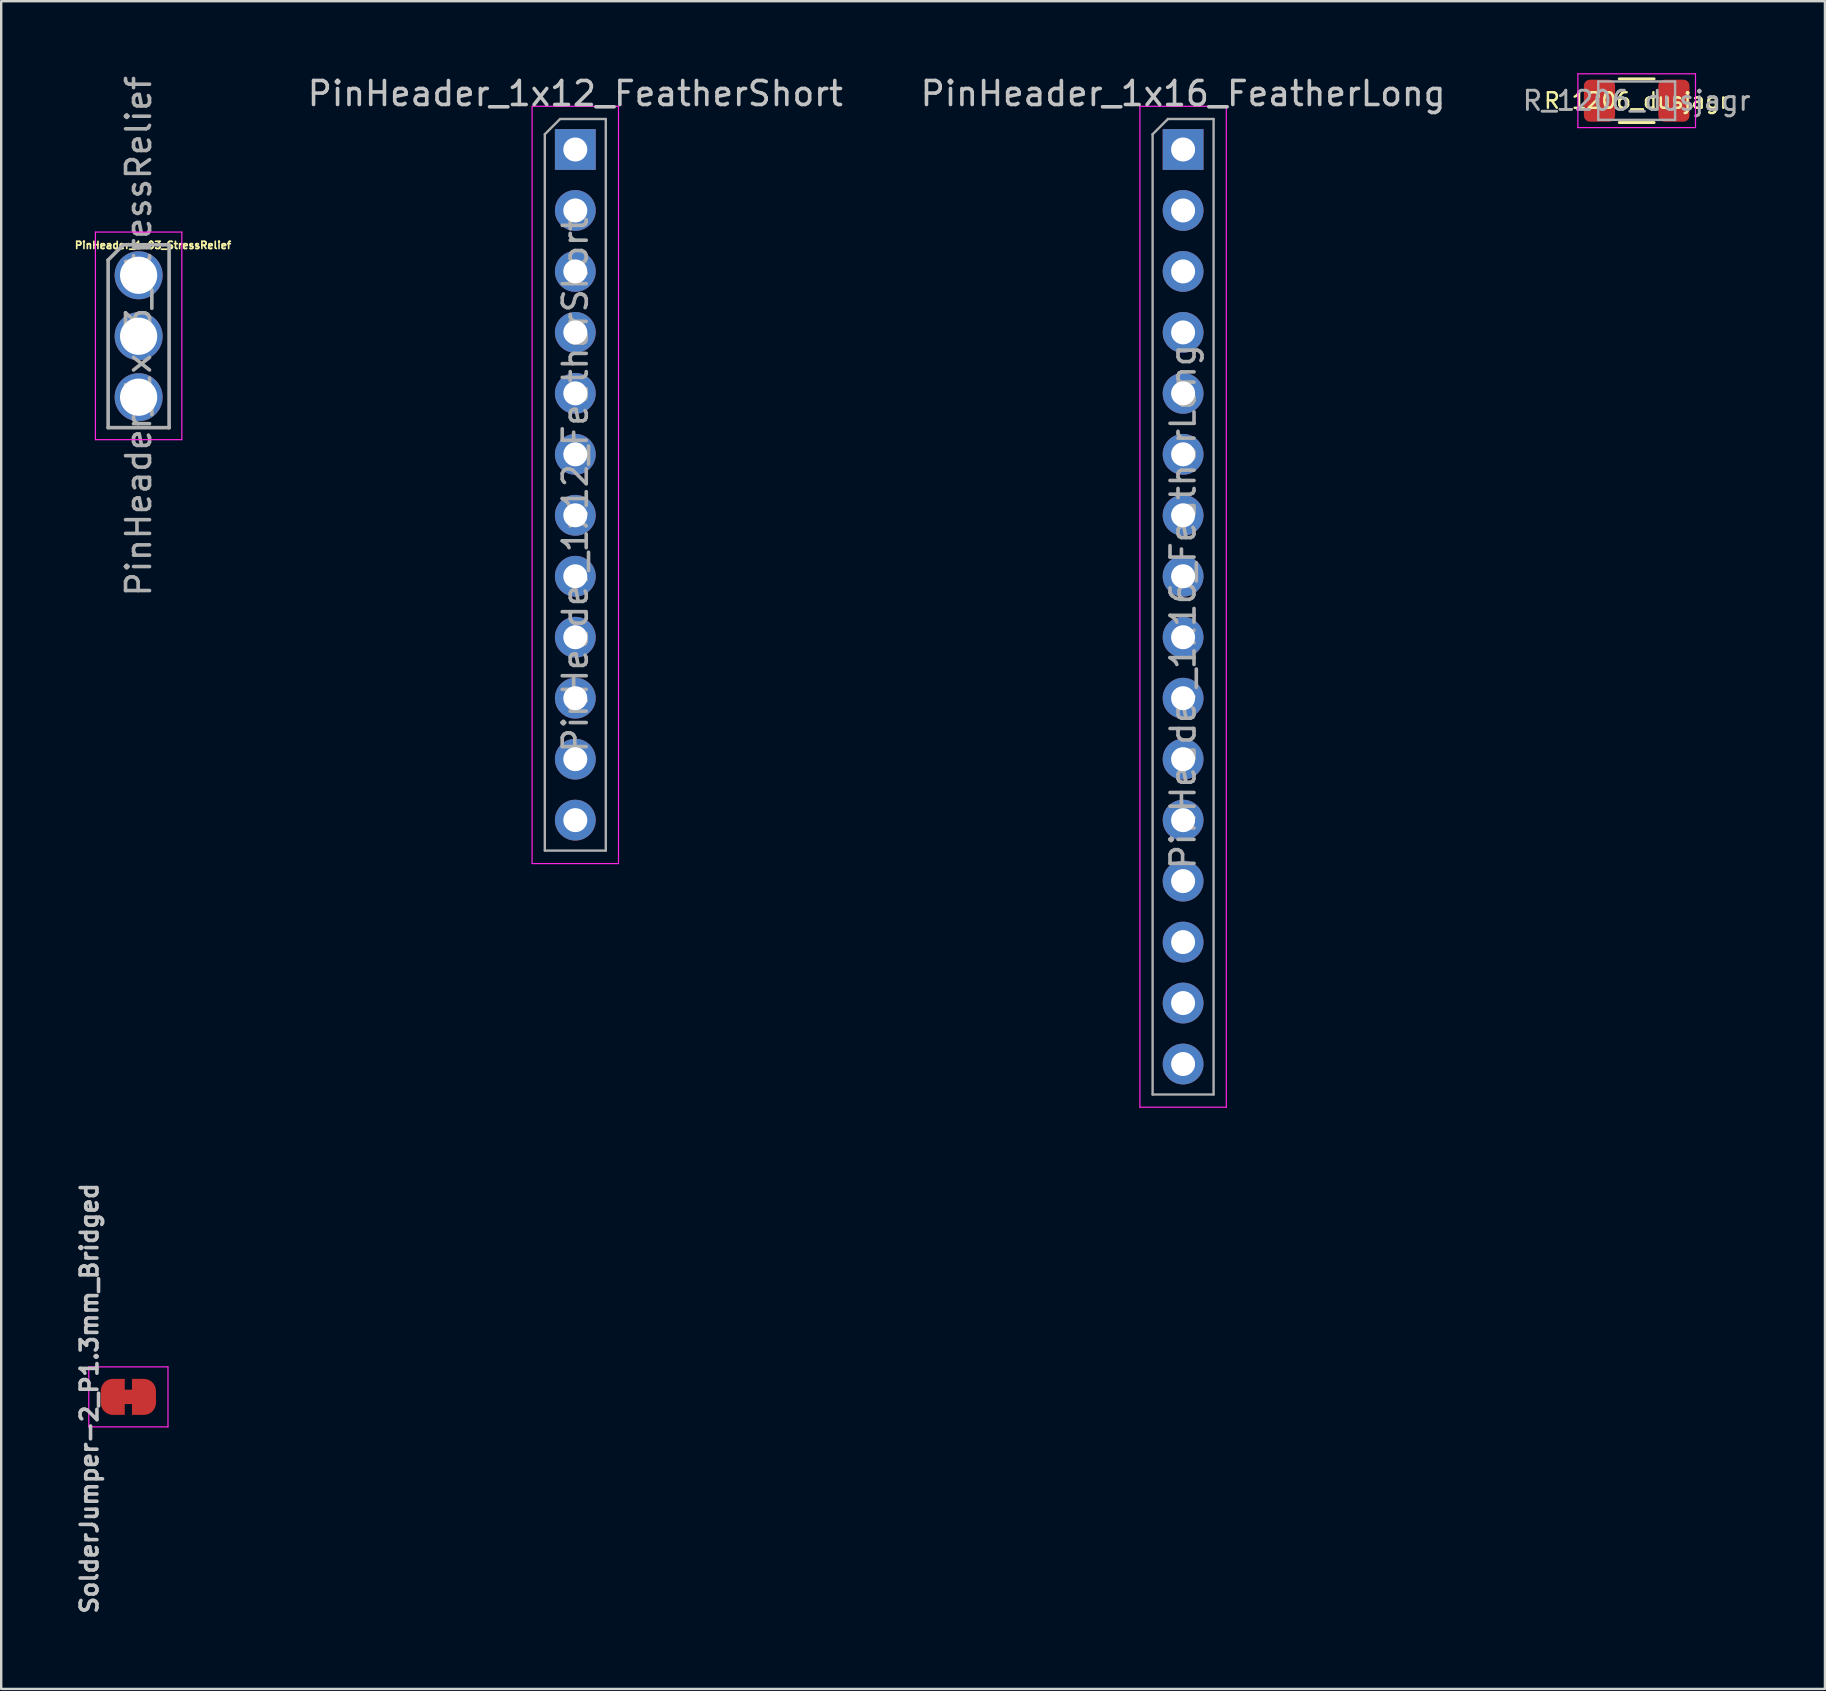
<source format=kicad_pcb>
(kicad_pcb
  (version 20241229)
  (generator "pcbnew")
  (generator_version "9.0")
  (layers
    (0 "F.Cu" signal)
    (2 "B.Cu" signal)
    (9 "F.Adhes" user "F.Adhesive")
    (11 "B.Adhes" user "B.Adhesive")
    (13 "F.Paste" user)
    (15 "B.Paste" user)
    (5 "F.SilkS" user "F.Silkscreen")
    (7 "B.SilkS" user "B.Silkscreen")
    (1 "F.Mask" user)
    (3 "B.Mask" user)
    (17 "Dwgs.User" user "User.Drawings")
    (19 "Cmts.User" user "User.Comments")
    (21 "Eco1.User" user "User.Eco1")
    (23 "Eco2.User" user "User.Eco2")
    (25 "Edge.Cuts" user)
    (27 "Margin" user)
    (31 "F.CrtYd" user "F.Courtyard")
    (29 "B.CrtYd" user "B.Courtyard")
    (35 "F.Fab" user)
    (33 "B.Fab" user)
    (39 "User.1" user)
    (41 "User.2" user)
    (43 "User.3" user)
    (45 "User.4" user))
  (footprint "PinHeader_1x16_FeatherLong"
    (layer "F.Cu")
    (at 46.239 3.178)
    (property "Reference" "PinHeader_1x16_FeatherLong" (at 0 -2.33 180) (layer "Dwgs.User") (effects (font (size 1 1) (thickness 0.15))))
    (attr through_hole)
    (fp_line (start -1.8 -1.8) (end -1.8 39.9) (stroke (width 0.05) (type solid)) (layer "F.CrtYd"))
    (fp_line (start -1.8 39.9) (end 1.8 39.9) (stroke (width 0.05) (type solid)) (layer "F.CrtYd"))
    (fp_line (start 1.8 -1.8) (end -1.8 -1.8) (stroke (width 0.05) (type solid)) (layer "F.CrtYd"))
    (fp_line (start 1.8 39.9) (end 1.8 -1.8) (stroke (width 0.05) (type solid)) (layer "F.CrtYd"))
    (fp_line (start -1.27 -0.635) (end -0.635 -1.27) (stroke (width 0.1) (type solid)) (layer "F.Fab"))
    (fp_line (start -1.27 39.37) (end -1.27 -0.635) (stroke (width 0.1) (type solid)) (layer "F.Fab"))
    (fp_line (start -0.635 -1.27) (end 1.27 -1.27) (stroke (width 0.1) (type solid)) (layer "F.Fab"))
    (fp_line (start 1.27 -1.27) (end 1.27 39.37) (stroke (width 0.1) (type solid)) (layer "F.Fab"))
    (fp_line (start 1.27 39.37) (end -1.27 39.37) (stroke (width 0.1) (type solid)) (layer "F.Fab"))
    (fp_text user "${REFERENCE}" (at 0 19.05 90) (layer "F.Fab") (effects (font (size 1 1) (thickness 0.15))))
    (pad "1" thru_hole rect (at 0 0) (size 1.7 1.7) (drill 1) (layers "*.Cu" "*.Mask"))
    (pad "2" thru_hole oval (at 0 2.54) (size 1.7 1.7) (drill 1) (layers "*.Cu" "*.Mask"))
    (pad "3" thru_hole oval (at 0 5.08) (size 1.7 1.7) (drill 1) (layers "*.Cu" "*.Mask"))
    (pad "4" thru_hole oval (at 0 7.62) (size 1.7 1.7) (drill 1) (layers "*.Cu" "*.Mask"))
    (pad "5" thru_hole oval (at 0 10.16) (size 1.7 1.7) (drill 1) (layers "*.Cu" "*.Mask"))
    (pad "6" thru_hole oval (at 0 12.7) (size 1.7 1.7) (drill 1) (layers "*.Cu" "*.Mask"))
    (pad "7" thru_hole oval (at 0 15.24) (size 1.7 1.7) (drill 1) (layers "*.Cu" "*.Mask"))
    (pad "8" thru_hole oval (at 0 17.78) (size 1.7 1.7) (drill 1) (layers "*.Cu" "*.Mask"))
    (pad "9" thru_hole oval (at 0 20.32) (size 1.7 1.7) (drill 1) (layers "*.Cu" "*.Mask"))
    (pad "10" thru_hole oval (at 0 22.86) (size 1.7 1.7) (drill 1) (layers "*.Cu" "*.Mask"))
    (pad "11" thru_hole oval (at 0 25.4) (size 1.7 1.7) (drill 1) (layers "*.Cu" "*.Mask"))
    (pad "12" thru_hole oval (at 0 27.94) (size 1.7 1.7) (drill 1) (layers "*.Cu" "*.Mask"))
    (pad "13" thru_hole oval (at 0 30.48) (size 1.7 1.7) (drill 1) (layers "*.Cu" "*.Mask"))
    (pad "14" thru_hole oval (at 0 33.02) (size 1.7 1.7) (drill 1) (layers "*.Cu" "*.Mask"))
    (pad "15" thru_hole oval (at 0 35.56) (size 1.7 1.7) (drill 1) (layers "*.Cu" "*.Mask"))
    (pad "16" thru_hole oval (at 0 38.1) (size 1.7 1.7) (drill 1) (layers "*.Cu" "*.Mask")))
  (footprint "PinHeader_1x03_StressRelief"
    (layer "F.Cu")
    (at 2.725 8.418)
    (property "Reference" "PinHeader_1x03_StressRelief" (at 0.6 -1.25 0) (layer "F.SilkS") (effects (font (size 0.3 0.3) (thickness 0.07))))
    (attr through_hole)
    (fp_line (start -1.8 -1.8) (end -1.8 6.85) (stroke (width 0.05) (type solid)) (layer "F.CrtYd"))
    (fp_line (start -1.8 6.85) (end 1.8 6.85) (stroke (width 0.05) (type solid)) (layer "F.CrtYd"))
    (fp_line (start 1.8 -1.8) (end -1.8 -1.8) (stroke (width 0.05) (type solid)) (layer "F.CrtYd"))
    (fp_line (start 1.8 6.85) (end 1.8 -1.8) (stroke (width 0.05) (type solid)) (layer "F.CrtYd"))
    (fp_line (start -1.27 -0.635) (end -0.635 -1.27) (stroke (width 0.15) (type solid)) (layer "F.Fab"))
    (fp_line (start -1.27 6.35) (end -1.27 -0.635) (stroke (width 0.15) (type solid)) (layer "F.Fab"))
    (fp_line (start -0.635 -1.27) (end 1.27 -1.27) (stroke (width 0.15) (type solid)) (layer "F.Fab"))
    (fp_line (start 1.27 -1.27) (end 1.27 6.35) (stroke (width 0.15) (type solid)) (layer "F.Fab"))
    (fp_line (start 1.27 6.35) (end -1.27 6.35) (stroke (width 0.15) (type solid)) (layer "F.Fab"))
    (fp_text user "${REFERENCE}" (at 0 2.54 90) (layer "F.Fab") (effects (font (size 1 1) (thickness 0.15))))
    (pad "1" thru_hole oval (at 0 0) (size 2 2) (drill 1.55) (layers "*.Cu" "*.Mask"))
    (pad "2" thru_hole oval (at 0 2.54) (size 2 2) (drill 1.55) (layers "*.Cu" "*.Mask"))
    (pad "3" thru_hole oval (at 0 5.08) (size 2 2) (drill 1.55) (layers "*.Cu" "*.Mask")))
  (footprint "R_1206_dusjagr"
    (layer "F.Cu")
    (at 65.136 1.145)
    (property "Reference" "R_1206_dusjagr" (at 0 0 180) (layer "F.SilkS") (effects (font (size 0.65 0.65) (thickness 0.1))))
    (attr smd)
    (fp_line (start -0.727 -0.91) (end 0.727 -0.91) (stroke (width 0.12) (type solid)) (layer "F.SilkS"))
    (fp_line (start -0.727 0.91) (end 0.727 0.91) (stroke (width 0.12) (type solid)) (layer "F.SilkS"))
    (fp_line (start -2.45 -1.12) (end 2.45 -1.12) (stroke (width 0.05) (type solid)) (layer "F.CrtYd"))
    (fp_line (start -2.45 1.12) (end -2.45 -1.12) (stroke (width 0.05) (type solid)) (layer "F.CrtYd"))
    (fp_line (start 2.45 -1.12) (end 2.45 1.12) (stroke (width 0.05) (type solid)) (layer "F.CrtYd"))
    (fp_line (start 2.45 1.12) (end -2.45 1.12) (stroke (width 0.05) (type solid)) (layer "F.CrtYd"))
    (fp_line (start -1.6 -0.8) (end 1.6 -0.8) (stroke (width 0.1) (type solid)) (layer "F.Fab"))
    (fp_line (start -1.6 0.8) (end -1.6 -0.8) (stroke (width 0.1) (type solid)) (layer "F.Fab"))
    (fp_line (start 1.6 -0.8) (end 1.6 0.8) (stroke (width 0.1) (type solid)) (layer "F.Fab"))
    (fp_line (start 1.6 0.8) (end -1.6 0.8) (stroke (width 0.1) (type solid)) (layer "F.Fab"))
    (fp_text user "${REFERENCE}" (at 0 0 180) (layer "F.Fab") (effects (font (size 0.8 0.8) (thickness 0.12))))
    (pad "1" smd roundrect (at -1.55 0) (size 1.3 1.75) (layers "F.Cu" "F.Mask" "F.Paste") (roundrect_rratio 0.192))
    (pad "2" smd roundrect (at 1.55 0) (size 1.3 1.75) (layers "F.Cu" "F.Mask" "F.Paste") (roundrect_rratio 0.192)))
  (footprint "SolderJumper-2_P1.3mm_Bridged"
    (layer "F.Cu")
    (at 2.298 55.145)
    (property "Reference" "SolderJumper-2_P1.3mm_Bridged" (at -1.626 0.064 90) (layer "Dwgs.User") (effects (font (size 0.7 0.7) (thickness 0.15))))
    (attr exclude_from_pos_files exclude_from_bom)
    (fp_poly (pts (xy 0.25 -0.3) (xy -0.25 -0.3) (xy -0.25 0.3) (xy 0.25 0.3)) (stroke (width 0) (type solid)) (fill yes) (layer "F.Cu"))
    (fp_line (start -0.33 -0.013) (end 0.305 -0.013) (stroke (width 1) (type solid)) (layer "F.Mask"))
    (fp_line (start -1.65 -1.25) (end -1.65 1.25) (stroke (width 0.05) (type solid)) (layer "F.CrtYd"))
    (fp_line (start -1.65 -1.25) (end 1.65 -1.25) (stroke (width 0.05) (type solid)) (layer "F.CrtYd"))
    (fp_line (start 1.65 1.25) (end -1.65 1.25) (stroke (width 0.05) (type solid)) (layer "F.CrtYd"))
    (fp_line (start 1.65 1.25) (end 1.65 -1.25) (stroke (width 0.05) (type solid)) (layer "F.CrtYd"))
    (pad "1" smd custom (at -0.65 0) (size 1 0.5) (layers "F.Cu" "F.Mask") (options (anchor rect)) (primitives (gr_circle (center 0 0.25) (end 0.5 0.25) (width 0) (fill yes)) (gr_circle (center 0 -0.25) (end 0.5 -0.25) (width 0) (fill yes)) (gr_poly (pts (xy 0 -0.75) (xy 0.5 -0.75) (xy 0.5 0.75) (xy 0 0.75)) (width 0) (fill yes))))
    (pad "2" smd custom (at 0.65 0) (size 1 0.5) (layers "F.Cu" "F.Mask") (options (anchor rect)) (primitives (gr_circle (center 0 0.25) (end 0.5 0.25) (width 0) (fill yes)) (gr_circle (center 0 -0.25) (end 0.5 -0.25) (width 0) (fill yes)) (gr_poly (pts (xy 0 -0.75) (xy -0.5 -0.75) (xy -0.5 0.75) (xy 0 0.75)) (width 0) (fill yes)))))
  (footprint "PinHeader_1x12_FeatherShort"
    (layer "F.Cu")
    (at 20.918 3.178)
    (property "Reference" "PinHeader_1x12_FeatherShort" (at 0 -2.33 180) (layer "Dwgs.User") (effects (font (size 1 1) (thickness 0.15))))
    (attr through_hole)
    (fp_line (start -1.8 -1.8) (end -1.8 29.75) (stroke (width 0.05) (type solid)) (layer "F.CrtYd"))
    (fp_line (start -1.8 29.75) (end 1.8 29.75) (stroke (width 0.05) (type solid)) (layer "F.CrtYd"))
    (fp_line (start 1.8 -1.8) (end -1.8 -1.8) (stroke (width 0.05) (type solid)) (layer "F.CrtYd"))
    (fp_line (start 1.8 29.75) (end 1.8 -1.8) (stroke (width 0.05) (type solid)) (layer "F.CrtYd"))
    (fp_line (start -1.27 -0.635) (end -0.635 -1.27) (stroke (width 0.1) (type solid)) (layer "F.Fab"))
    (fp_line (start -1.27 29.21) (end -1.27 -0.635) (stroke (width 0.1) (type solid)) (layer "F.Fab"))
    (fp_line (start -0.635 -1.27) (end 1.27 -1.27) (stroke (width 0.1) (type solid)) (layer "F.Fab"))
    (fp_line (start 1.27 -1.27) (end 1.27 29.21) (stroke (width 0.1) (type solid)) (layer "F.Fab"))
    (fp_line (start 1.27 29.21) (end -1.27 29.21) (stroke (width 0.1) (type solid)) (layer "F.Fab"))
    (fp_text user "${REFERENCE}" (at 0 13.97 90) (layer "F.Fab") (effects (font (size 1 1) (thickness 0.15))))
    (pad "1" thru_hole rect (at 0 0) (size 1.7 1.7) (drill 1) (layers "*.Cu" "*.Mask"))
    (pad "2" thru_hole oval (at 0 2.54) (size 1.7 1.7) (drill 1) (layers "*.Cu" "*.Mask"))
    (pad "3" thru_hole oval (at 0 5.08) (size 1.7 1.7) (drill 1) (layers "*.Cu" "*.Mask"))
    (pad "4" thru_hole oval (at 0 7.62) (size 1.7 1.7) (drill 1) (layers "*.Cu" "*.Mask"))
    (pad "5" thru_hole oval (at 0 10.16) (size 1.7 1.7) (drill 1) (layers "*.Cu" "*.Mask"))
    (pad "6" thru_hole oval (at 0 12.7) (size 1.7 1.7) (drill 1) (layers "*.Cu" "*.Mask"))
    (pad "7" thru_hole oval (at 0 15.24) (size 1.7 1.7) (drill 1) (layers "*.Cu" "*.Mask"))
    (pad "8" thru_hole oval (at 0 17.78) (size 1.7 1.7) (drill 1) (layers "*.Cu" "*.Mask"))
    (pad "9" thru_hole oval (at 0 20.32) (size 1.7 1.7) (drill 1) (layers "*.Cu" "*.Mask"))
    (pad "10" thru_hole oval (at 0 22.86) (size 1.7 1.7) (drill 1) (layers "*.Cu" "*.Mask"))
    (pad "11" thru_hole oval (at 0 25.4) (size 1.7 1.7) (drill 1) (layers "*.Cu" "*.Mask"))
    (pad "12" thru_hole oval (at 0 27.94) (size 1.7 1.7) (drill 1) (layers "*.Cu" "*.Mask")))
  (gr_rect
    (start -3 -3)
    (end 72.979 67.313)
    (stroke (width 0.1) (type default))
    (fill no)
    (layer "Edge.Cuts")))
</source>
